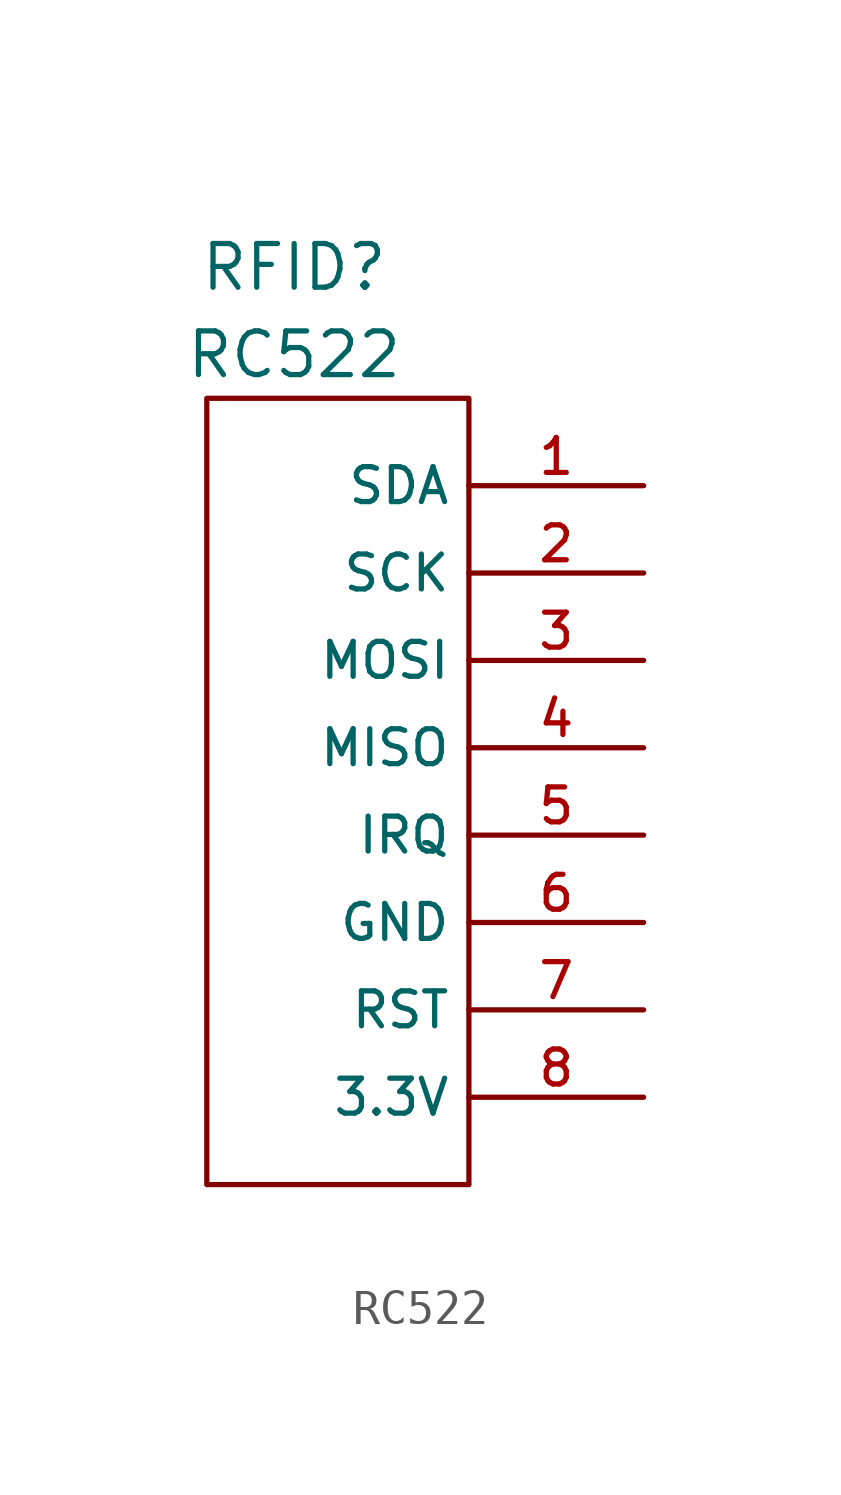
<source format=kicad_sym>
(kicad_symbol_lib
  (version 20211014)
  (generator kicad_symbol_editor)
  (symbol "RC522"
    (property "Reference" "RFID"
      (at -1.27 1.27 0)
      (effects (font (size 1.27 1.27))))
    (property "Value" "RC522"
      (at -1.27 -1.27 0)
      (effects (font (size 1.27 1.27))))
    (symbol "RC522_0_0"
      (pin bidirectional line (at 8.89 -5.08 180) (length 5.08) (name "SDA" (effects (font (size 1.016 1.016)))) (number "1" (effects (font (size 1.016 1.016)))))
      (pin bidirectional line (at 8.89 -7.62 180) (length 5.08) (name "SCK" (effects (font (size 1.016 1.016)))) (number "2" (effects (font (size 1.016 1.016)))))
      (pin bidirectional line (at 8.89 -10.16 180) (length 5.08) (name "MOSI" (effects (font (size 1.016 1.016)))) (number "3" (effects (font (size 1.016 1.016)))))
      (pin bidirectional line (at 8.89 -12.7 180) (length 5.08) (name "MISO" (effects (font (size 1.016 1.016)))) (number "4" (effects (font (size 1.016 1.016)))))
      (pin bidirectional line (at 8.89 -15.24 180) (length 5.08) (name "IRQ" (effects (font (size 1.016 1.016)))) (number "5" (effects (font (size 1.016 1.016)))))
      (pin bidirectional line (at 8.89 -17.78 180) (length 5.08) (name "GND" (effects (font (size 1.016 1.016)))) (number "6" (effects (font (size 1.016 1.016)))))
      (pin bidirectional line (at 8.89 -20.32 180) (length 5.08) (name "RST" (effects (font (size 1.016 1.016)))) (number "7" (effects (font (size 1.016 1.016)))))
      (pin bidirectional line (at 8.89 -22.86 180) (length 5.08) (name "3.3V" (effects (font (size 1.016 1.016)))) (number "8" (effects (font (size 1.016 1.016))))))
    (symbol "RC522_0_1"
      (rectangle (start -3.81 -2.54) (end 3.81 -25.4) (stroke (width 0) (type default) (color 0 0 0 0)) (fill (type none))))))
</source>
